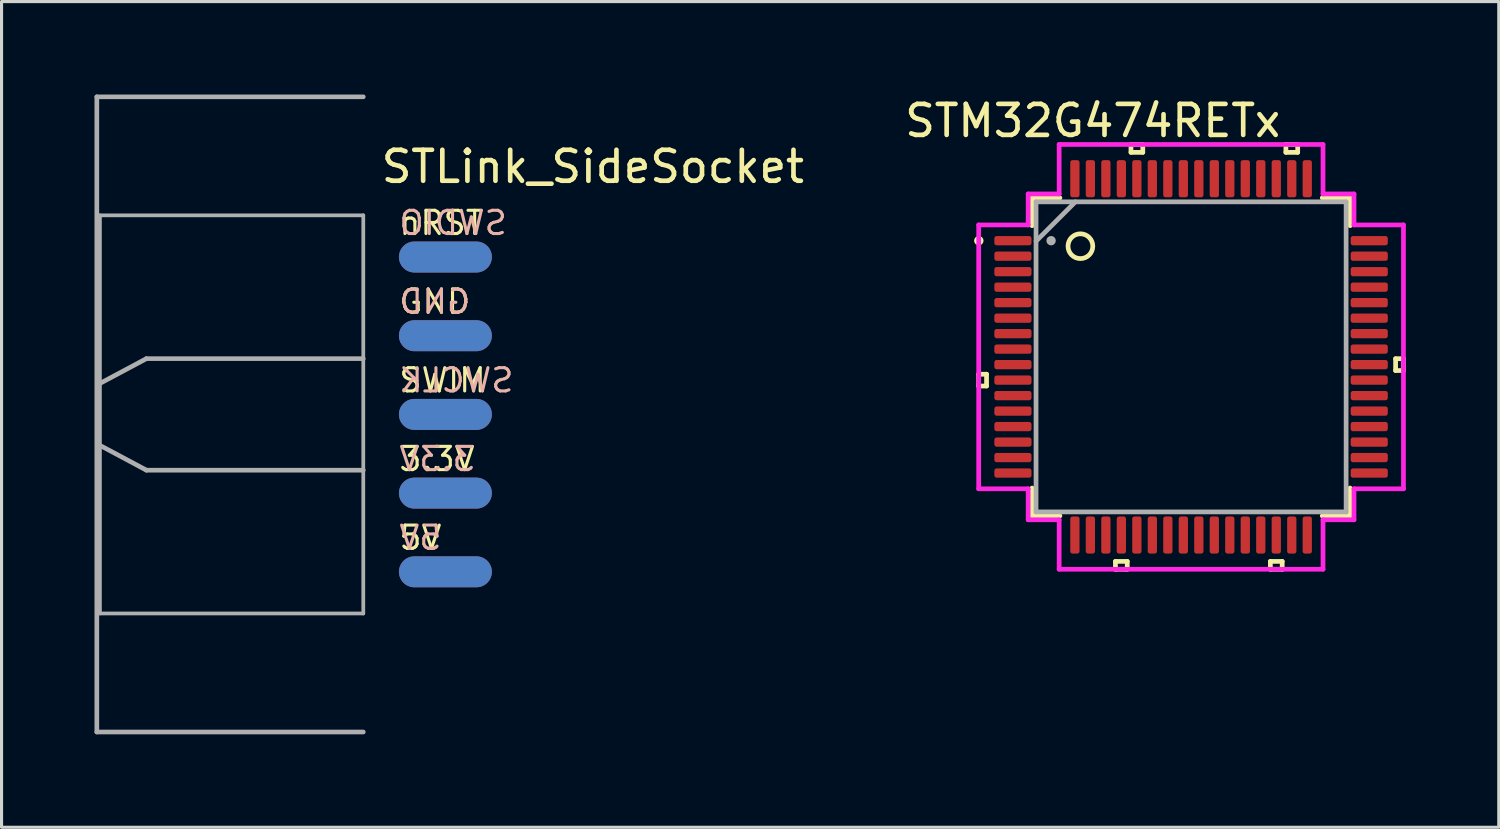
<source format=kicad_pcb>
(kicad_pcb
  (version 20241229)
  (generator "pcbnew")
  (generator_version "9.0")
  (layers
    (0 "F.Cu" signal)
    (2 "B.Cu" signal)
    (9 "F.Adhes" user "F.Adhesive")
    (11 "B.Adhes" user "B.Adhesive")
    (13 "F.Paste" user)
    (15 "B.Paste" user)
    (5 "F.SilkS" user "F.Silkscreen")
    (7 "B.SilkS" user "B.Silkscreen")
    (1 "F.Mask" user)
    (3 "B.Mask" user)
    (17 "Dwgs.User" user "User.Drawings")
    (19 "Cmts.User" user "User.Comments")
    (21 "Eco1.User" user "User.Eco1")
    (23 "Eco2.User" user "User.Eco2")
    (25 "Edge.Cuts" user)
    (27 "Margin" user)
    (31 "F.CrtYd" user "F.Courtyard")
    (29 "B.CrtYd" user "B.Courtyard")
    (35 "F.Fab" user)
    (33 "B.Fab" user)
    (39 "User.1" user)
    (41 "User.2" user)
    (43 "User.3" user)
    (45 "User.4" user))
  (footprint "STM32G474RETx"
    (layer "F.Cu")
    (at 35.392 8.468)
    (property "Reference" "STM32G474RETx" (at -3.175 -7.62 0) (layer "F.SilkS") (effects (font (size 1 1) (thickness 0.15))))
    (attr through_hole)
    (fp_line (start -6.855 0.56) (end -6.855 0.941) (stroke (width 0.152) (type solid)) (layer "F.SilkS"))
    (fp_line (start -6.855 0.941) (end -6.601 0.941) (stroke (width 0.152) (type solid)) (layer "F.SilkS"))
    (fp_line (start -6.601 0.56) (end -6.855 0.56) (stroke (width 0.152) (type solid)) (layer "F.SilkS"))
    (fp_line (start -6.601 0.941) (end -6.601 0.56) (stroke (width 0.152) (type solid)) (layer "F.SilkS"))
    (fp_line (start -5.131 -5.131) (end -5.131 -4.234) (stroke (width 0.152) (type solid)) (layer "F.SilkS"))
    (fp_line (start -5.131 4.234) (end -5.131 5.131) (stroke (width 0.152) (type solid)) (layer "F.SilkS"))
    (fp_line (start -5.131 5.131) (end -4.234 5.131) (stroke (width 0.152) (type solid)) (layer "F.SilkS"))
    (fp_line (start -4.234 -5.131) (end -5.131 -5.131) (stroke (width 0.152) (type solid)) (layer "F.SilkS"))
    (fp_line (start -2.441 6.601) (end -2.441 6.855) (stroke (width 0.152) (type solid)) (layer "F.SilkS"))
    (fp_line (start -2.441 6.855) (end -2.06 6.855) (stroke (width 0.152) (type solid)) (layer "F.SilkS"))
    (fp_line (start -2.06 6.601) (end -2.441 6.601) (stroke (width 0.152) (type solid)) (layer "F.SilkS"))
    (fp_line (start -2.06 6.855) (end -2.06 6.601) (stroke (width 0.152) (type solid)) (layer "F.SilkS"))
    (fp_line (start -1.94 -6.855) (end -1.559 -6.855) (stroke (width 0.152) (type solid)) (layer "F.SilkS"))
    (fp_line (start -1.94 -6.601) (end -1.94 -6.855) (stroke (width 0.152) (type solid)) (layer "F.SilkS"))
    (fp_line (start -1.559 -6.855) (end -1.559 -6.601) (stroke (width 0.152) (type solid)) (layer "F.SilkS"))
    (fp_line (start -1.559 -6.601) (end -1.94 -6.601) (stroke (width 0.152) (type solid)) (layer "F.SilkS"))
    (fp_line (start 2.559 6.601) (end 2.559 6.855) (stroke (width 0.152) (type solid)) (layer "F.SilkS"))
    (fp_line (start 2.559 6.855) (end 2.941 6.855) (stroke (width 0.152) (type solid)) (layer "F.SilkS"))
    (fp_line (start 2.941 6.601) (end 2.559 6.601) (stroke (width 0.152) (type solid)) (layer "F.SilkS"))
    (fp_line (start 2.941 6.855) (end 2.941 6.601) (stroke (width 0.152) (type solid)) (layer "F.SilkS"))
    (fp_line (start 3.06 -6.855) (end 3.441 -6.855) (stroke (width 0.152) (type solid)) (layer "F.SilkS"))
    (fp_line (start 3.06 -6.601) (end 3.06 -6.855) (stroke (width 0.152) (type solid)) (layer "F.SilkS"))
    (fp_line (start 3.441 -6.855) (end 3.441 -6.601) (stroke (width 0.152) (type solid)) (layer "F.SilkS"))
    (fp_line (start 3.441 -6.601) (end 3.06 -6.601) (stroke (width 0.152) (type solid)) (layer "F.SilkS"))
    (fp_line (start 4.234 5.131) (end 5.131 5.131) (stroke (width 0.152) (type solid)) (layer "F.SilkS"))
    (fp_line (start 5.131 -5.131) (end 4.234 -5.131) (stroke (width 0.152) (type solid)) (layer "F.SilkS"))
    (fp_line (start 5.131 -4.234) (end 5.131 -5.131) (stroke (width 0.152) (type solid)) (layer "F.SilkS"))
    (fp_line (start 5.131 5.131) (end 5.131 4.234) (stroke (width 0.152) (type solid)) (layer "F.SilkS"))
    (fp_line (start 6.601 0.059) (end 6.855 0.059) (stroke (width 0.152) (type solid)) (layer "F.SilkS"))
    (fp_line (start 6.601 0.441) (end 6.601 0.059) (stroke (width 0.152) (type solid)) (layer "F.SilkS"))
    (fp_line (start 6.855 0.059) (end 6.855 0.441) (stroke (width 0.152) (type solid)) (layer "F.SilkS"))
    (fp_line (start 6.855 0.441) (end 6.601 0.441) (stroke (width 0.152) (type solid)) (layer "F.SilkS"))
    (fp_circle (center -6.851 -3.75) (end -6.775 -3.75) (stroke (width 0.152) (type solid)) (fill no) (layer "F.SilkS"))
    (fp_circle (center -3.572 -3.572) (end -3.172 -3.572) (stroke (width 0.152) (type solid)) (fill no) (layer "F.SilkS"))
    (fp_line (start -6.855 -4.258) (end -5.258 -4.258) (stroke (width 0.152) (type solid)) (layer "F.CrtYd"))
    (fp_line (start -6.855 4.258) (end -6.855 -4.258) (stroke (width 0.152) (type solid)) (layer "F.CrtYd"))
    (fp_line (start -5.258 -5.258) (end -4.258 -5.258) (stroke (width 0.152) (type solid)) (layer "F.CrtYd"))
    (fp_line (start -5.258 -4.258) (end -5.258 -5.258) (stroke (width 0.152) (type solid)) (layer "F.CrtYd"))
    (fp_line (start -5.258 4.258) (end -6.855 4.258) (stroke (width 0.152) (type solid)) (layer "F.CrtYd"))
    (fp_line (start -5.258 5.258) (end -5.258 4.258) (stroke (width 0.152) (type solid)) (layer "F.CrtYd"))
    (fp_line (start -4.258 -6.855) (end 4.258 -6.855) (stroke (width 0.152) (type solid)) (layer "F.CrtYd"))
    (fp_line (start -4.258 -5.258) (end -4.258 -6.855) (stroke (width 0.152) (type solid)) (layer "F.CrtYd"))
    (fp_line (start -4.258 5.258) (end -5.258 5.258) (stroke (width 0.152) (type solid)) (layer "F.CrtYd"))
    (fp_line (start -4.258 6.855) (end -4.258 5.258) (stroke (width 0.152) (type solid)) (layer "F.CrtYd"))
    (fp_line (start 4.258 -6.855) (end 4.258 -5.258) (stroke (width 0.152) (type solid)) (layer "F.CrtYd"))
    (fp_line (start 4.258 -5.258) (end 5.258 -5.258) (stroke (width 0.152) (type solid)) (layer "F.CrtYd"))
    (fp_line (start 4.258 5.258) (end 4.258 6.855) (stroke (width 0.152) (type solid)) (layer "F.CrtYd"))
    (fp_line (start 4.258 6.855) (end -4.258 6.855) (stroke (width 0.152) (type solid)) (layer "F.CrtYd"))
    (fp_line (start 5.258 -5.258) (end 5.258 -4.258) (stroke (width 0.152) (type solid)) (layer "F.CrtYd"))
    (fp_line (start 5.258 -4.258) (end 6.855 -4.258) (stroke (width 0.152) (type solid)) (layer "F.CrtYd"))
    (fp_line (start 5.258 4.258) (end 5.258 5.258) (stroke (width 0.152) (type solid)) (layer "F.CrtYd"))
    (fp_line (start 5.258 5.258) (end 4.258 5.258) (stroke (width 0.152) (type solid)) (layer "F.CrtYd"))
    (fp_line (start 6.855 -4.258) (end 6.855 4.258) (stroke (width 0.152) (type solid)) (layer "F.CrtYd"))
    (fp_line (start 6.855 4.258) (end 5.258 4.258) (stroke (width 0.152) (type solid)) (layer "F.CrtYd"))
    (fp_line (start -5.004 -5.004) (end -5.004 5.004) (stroke (width 0.152) (type solid)) (layer "F.Fab"))
    (fp_line (start -5.004 -3.734) (end -3.734 -5.004) (stroke (width 0.152) (type solid)) (layer "F.Fab"))
    (fp_line (start -5.004 5.004) (end 5.004 5.004) (stroke (width 0.152) (type solid)) (layer "F.Fab"))
    (fp_line (start 5.004 -5.004) (end -5.004 -5.004) (stroke (width 0.152) (type solid)) (layer "F.Fab"))
    (fp_line (start 5.004 5.004) (end 5.004 -5.004) (stroke (width 0.152) (type solid)) (layer "F.Fab"))
    (fp_circle (center -4.518 -3.75) (end -4.442 -3.75) (stroke (width 0.152) (type solid)) (fill no) (layer "F.Fab"))
    (pad "1" smd roundrect (at -5.75 -3.75) (size 1.199 0.299) (layers "F.Cu" "F.Mask" "F.Paste") (roundrect_rratio 0.25))
    (pad "2" smd roundrect (at -5.75 -3.25) (size 1.199 0.299) (layers "F.Cu" "F.Mask" "F.Paste") (roundrect_rratio 0.25))
    (pad "3" smd roundrect (at -5.75 -2.75) (size 1.199 0.299) (layers "F.Cu" "F.Mask" "F.Paste") (roundrect_rratio 0.25))
    (pad "4" smd roundrect (at -5.75 -2.25) (size 1.199 0.299) (layers "F.Cu" "F.Mask" "F.Paste") (roundrect_rratio 0.25))
    (pad "5" smd roundrect (at -5.75 -1.75) (size 1.199 0.299) (layers "F.Cu" "F.Mask" "F.Paste") (roundrect_rratio 0.25))
    (pad "6" smd roundrect (at -5.75 -1.25) (size 1.199 0.299) (layers "F.Cu" "F.Mask" "F.Paste") (roundrect_rratio 0.25))
    (pad "7" smd roundrect (at -5.75 -0.75) (size 1.199 0.299) (layers "F.Cu" "F.Mask" "F.Paste") (roundrect_rratio 0.25))
    (pad "8" smd roundrect (at -5.75 -0.25) (size 1.199 0.299) (layers "F.Cu" "F.Mask" "F.Paste") (roundrect_rratio 0.25))
    (pad "9" smd roundrect (at -5.75 0.25) (size 1.199 0.299) (layers "F.Cu" "F.Mask" "F.Paste") (roundrect_rratio 0.25))
    (pad "10" smd roundrect (at -5.75 0.75) (size 1.199 0.299) (layers "F.Cu" "F.Mask" "F.Paste") (roundrect_rratio 0.25))
    (pad "11" smd roundrect (at -5.75 1.25) (size 1.199 0.299) (layers "F.Cu" "F.Mask" "F.Paste") (roundrect_rratio 0.25))
    (pad "12" smd roundrect (at -5.75 1.75) (size 1.199 0.299) (layers "F.Cu" "F.Mask" "F.Paste") (roundrect_rratio 0.25))
    (pad "13" smd roundrect (at -5.75 2.25) (size 1.199 0.299) (layers "F.Cu" "F.Mask" "F.Paste") (roundrect_rratio 0.25))
    (pad "14" smd roundrect (at -5.75 2.75) (size 1.199 0.299) (layers "F.Cu" "F.Mask" "F.Paste") (roundrect_rratio 0.25))
    (pad "15" smd roundrect (at -5.75 3.25) (size 1.199 0.299) (layers "F.Cu" "F.Mask" "F.Paste") (roundrect_rratio 0.25))
    (pad "16" smd roundrect (at -5.75 3.75) (size 1.199 0.299) (layers "F.Cu" "F.Mask" "F.Paste") (roundrect_rratio 0.25))
    (pad "17" smd roundrect (at -3.75 5.75 90) (size 1.199 0.299) (layers "F.Cu" "F.Mask" "F.Paste") (roundrect_rratio 0.25))
    (pad "18" smd roundrect (at -3.25 5.75 90) (size 1.199 0.299) (layers "F.Cu" "F.Mask" "F.Paste") (roundrect_rratio 0.25))
    (pad "19" smd roundrect (at -2.75 5.75 90) (size 1.199 0.299) (layers "F.Cu" "F.Mask" "F.Paste") (roundrect_rratio 0.25))
    (pad "20" smd roundrect (at -2.25 5.75 90) (size 1.199 0.299) (layers "F.Cu" "F.Mask" "F.Paste") (roundrect_rratio 0.25))
    (pad "21" smd roundrect (at -1.75 5.75 90) (size 1.199 0.299) (layers "F.Cu" "F.Mask" "F.Paste") (roundrect_rratio 0.25))
    (pad "22" smd roundrect (at -1.25 5.75 90) (size 1.199 0.299) (layers "F.Cu" "F.Mask" "F.Paste") (roundrect_rratio 0.25))
    (pad "23" smd roundrect (at -0.75 5.75 90) (size 1.199 0.299) (layers "F.Cu" "F.Mask" "F.Paste") (roundrect_rratio 0.25))
    (pad "24" smd roundrect (at -0.25 5.75 90) (size 1.199 0.299) (layers "F.Cu" "F.Mask" "F.Paste") (roundrect_rratio 0.25))
    (pad "25" smd roundrect (at 0.25 5.75 90) (size 1.199 0.299) (layers "F.Cu" "F.Mask" "F.Paste") (roundrect_rratio 0.25))
    (pad "26" smd roundrect (at 0.75 5.75 90) (size 1.199 0.299) (layers "F.Cu" "F.Mask" "F.Paste") (roundrect_rratio 0.25))
    (pad "27" smd roundrect (at 1.25 5.75 90) (size 1.199 0.299) (layers "F.Cu" "F.Mask" "F.Paste") (roundrect_rratio 0.25))
    (pad "28" smd roundrect (at 1.75 5.75 90) (size 1.199 0.299) (layers "F.Cu" "F.Mask" "F.Paste") (roundrect_rratio 0.25))
    (pad "29" smd roundrect (at 2.25 5.75 90) (size 1.199 0.299) (layers "F.Cu" "F.Mask" "F.Paste") (roundrect_rratio 0.25))
    (pad "30" smd roundrect (at 2.75 5.75 90) (size 1.199 0.299) (layers "F.Cu" "F.Mask" "F.Paste") (roundrect_rratio 0.25))
    (pad "31" smd roundrect (at 3.25 5.75 90) (size 1.199 0.299) (layers "F.Cu" "F.Mask" "F.Paste") (roundrect_rratio 0.25))
    (pad "32" smd roundrect (at 3.75 5.75 90) (size 1.199 0.299) (layers "F.Cu" "F.Mask" "F.Paste") (roundrect_rratio 0.25))
    (pad "33" smd roundrect (at 5.75 3.75) (size 1.199 0.299) (layers "F.Cu" "F.Mask" "F.Paste") (roundrect_rratio 0.25))
    (pad "34" smd roundrect (at 5.75 3.25) (size 1.199 0.299) (layers "F.Cu" "F.Mask" "F.Paste") (roundrect_rratio 0.25))
    (pad "35" smd roundrect (at 5.75 2.75) (size 1.199 0.299) (layers "F.Cu" "F.Mask" "F.Paste") (roundrect_rratio 0.25))
    (pad "36" smd roundrect (at 5.75 2.25) (size 1.199 0.299) (layers "F.Cu" "F.Mask" "F.Paste") (roundrect_rratio 0.25))
    (pad "37" smd roundrect (at 5.75 1.75) (size 1.199 0.299) (layers "F.Cu" "F.Mask" "F.Paste") (roundrect_rratio 0.25))
    (pad "38" smd roundrect (at 5.75 1.25) (size 1.199 0.299) (layers "F.Cu" "F.Mask" "F.Paste") (roundrect_rratio 0.25))
    (pad "39" smd roundrect (at 5.75 0.75) (size 1.199 0.299) (layers "F.Cu" "F.Mask" "F.Paste") (roundrect_rratio 0.25))
    (pad "40" smd roundrect (at 5.75 0.25) (size 1.199 0.299) (layers "F.Cu" "F.Mask" "F.Paste") (roundrect_rratio 0.25))
    (pad "41" smd roundrect (at 5.75 -0.25) (size 1.199 0.299) (layers "F.Cu" "F.Mask" "F.Paste") (roundrect_rratio 0.25))
    (pad "42" smd roundrect (at 5.75 -0.75) (size 1.199 0.299) (layers "F.Cu" "F.Mask" "F.Paste") (roundrect_rratio 0.25))
    (pad "43" smd roundrect (at 5.75 -1.25) (size 1.199 0.299) (layers "F.Cu" "F.Mask" "F.Paste") (roundrect_rratio 0.25))
    (pad "44" smd roundrect (at 5.75 -1.75) (size 1.199 0.299) (layers "F.Cu" "F.Mask" "F.Paste") (roundrect_rratio 0.25))
    (pad "45" smd roundrect (at 5.75 -2.25) (size 1.199 0.299) (layers "F.Cu" "F.Mask" "F.Paste") (roundrect_rratio 0.25))
    (pad "46" smd roundrect (at 5.75 -2.75) (size 1.199 0.299) (layers "F.Cu" "F.Mask" "F.Paste") (roundrect_rratio 0.25))
    (pad "47" smd roundrect (at 5.75 -3.25) (size 1.199 0.299) (layers "F.Cu" "F.Mask" "F.Paste") (roundrect_rratio 0.25))
    (pad "48" smd roundrect (at 5.75 -3.75) (size 1.199 0.299) (layers "F.Cu" "F.Mask" "F.Paste") (roundrect_rratio 0.25))
    (pad "49" smd roundrect (at 3.75 -5.75 90) (size 1.199 0.299) (layers "F.Cu" "F.Mask" "F.Paste") (roundrect_rratio 0.25))
    (pad "50" smd roundrect (at 3.25 -5.75 90) (size 1.199 0.299) (layers "F.Cu" "F.Mask" "F.Paste") (roundrect_rratio 0.25))
    (pad "51" smd roundrect (at 2.75 -5.75 90) (size 1.199 0.299) (layers "F.Cu" "F.Mask" "F.Paste") (roundrect_rratio 0.25))
    (pad "52" smd roundrect (at 2.25 -5.75 90) (size 1.199 0.299) (layers "F.Cu" "F.Mask" "F.Paste") (roundrect_rratio 0.25))
    (pad "53" smd roundrect (at 1.75 -5.75 90) (size 1.199 0.299) (layers "F.Cu" "F.Mask" "F.Paste") (roundrect_rratio 0.25))
    (pad "54" smd roundrect (at 1.25 -5.75 90) (size 1.199 0.299) (layers "F.Cu" "F.Mask" "F.Paste") (roundrect_rratio 0.25))
    (pad "55" smd roundrect (at 0.75 -5.75 90) (size 1.199 0.299) (layers "F.Cu" "F.Mask" "F.Paste") (roundrect_rratio 0.25))
    (pad "56" smd roundrect (at 0.25 -5.75 90) (size 1.199 0.299) (layers "F.Cu" "F.Mask" "F.Paste") (roundrect_rratio 0.25))
    (pad "57" smd roundrect (at -0.25 -5.75 90) (size 1.199 0.299) (layers "F.Cu" "F.Mask" "F.Paste") (roundrect_rratio 0.25))
    (pad "58" smd roundrect (at -0.75 -5.75 90) (size 1.199 0.299) (layers "F.Cu" "F.Mask" "F.Paste") (roundrect_rratio 0.25))
    (pad "59" smd roundrect (at -1.25 -5.75 90) (size 1.199 0.299) (layers "F.Cu" "F.Mask" "F.Paste") (roundrect_rratio 0.25))
    (pad "60" smd roundrect (at -1.75 -5.75 90) (size 1.199 0.299) (layers "F.Cu" "F.Mask" "F.Paste") (roundrect_rratio 0.25))
    (pad "61" smd roundrect (at -2.25 -5.75 90) (size 1.199 0.299) (layers "F.Cu" "F.Mask" "F.Paste") (roundrect_rratio 0.25))
    (pad "62" smd roundrect (at -2.75 -5.75 90) (size 1.199 0.299) (layers "F.Cu" "F.Mask" "F.Paste") (roundrect_rratio 0.25))
    (pad "63" smd roundrect (at -3.25 -5.75 90) (size 1.199 0.299) (layers "F.Cu" "F.Mask" "F.Paste") (roundrect_rratio 0.25))
    (pad "64" smd roundrect (at -3.75 -5.75 90) (size 1.199 0.299) (layers "F.Cu" "F.Mask" "F.Paste") (roundrect_rratio 0.25)))
  (footprint "STLink_SideSocket"
    (layer "F.Cu")
    (at 8.675 10.325)
    (property "Reference" "STLink_SideSocket" (at 0.5 -7.996 180) (layer "F.SilkS") (effects (font (size 1 1) (thickness 0.15)) (justify left)))
    (attr exclude_from_pos_files exclude_from_bom)
    (fp_line (start -8.6 -10.25) (end -8.6 10.25) (stroke (width 0.15) (type solid)) (layer "F.Fab"))
    (fp_line (start -8.5 -6.425) (end 0 -6.425) (stroke (width 0.12) (type solid)) (layer "F.Fab"))
    (fp_line (start -8.5 -1) (end -7 -1.8) (stroke (width 0.15) (type solid)) (layer "F.Fab"))
    (fp_line (start -8.5 6.425) (end -8.5 -6.425) (stroke (width 0.12) (type solid)) (layer "F.Fab"))
    (fp_line (start -8.5 6.425) (end 0 6.425) (stroke (width 0.12) (type solid)) (layer "F.Fab"))
    (fp_line (start -7 -1.8) (end 0 -1.8) (stroke (width 0.15) (type solid)) (layer "F.Fab"))
    (fp_line (start -7 1.8) (end -8.5 1) (stroke (width 0.15) (type solid)) (layer "F.Fab"))
    (fp_line (start -7 1.8) (end 0 1.8) (stroke (width 0.15) (type solid)) (layer "F.Fab"))
    (fp_line (start 0 -10.25) (end -8.6 -10.25) (stroke (width 0.15) (type solid)) (layer "F.Fab"))
    (fp_line (start 0 6.425) (end 0 -6.425) (stroke (width 0.12) (type solid)) (layer "F.Fab"))
    (fp_line (start 0 10.25) (end -8.6 10.25) (stroke (width 0.15) (type solid)) (layer "F.Fab"))
    (fp_text user "5V" (at 1.1 3.98 180) (layer "F.SilkS") (effects (font (size 0.75 0.75) (thickness 0.1)) (justify left)))
    (fp_text user "3.3V" (at 1.1 1.44 180) (layer "F.SilkS") (effects (font (size 0.75 0.75) (thickness 0.1)) (justify left)))
    (fp_text user "GND" (at 1.1 -3.64 180) (layer "F.SilkS") (effects (font (size 0.75 0.75) (thickness 0.1)) (justify left)))
    (fp_text user "SWIM" (at 1.1 -1.1 180) (layer "F.SilkS") (effects (font (size 0.75 0.75) (thickness 0.1)) (justify left)))
    (fp_text user "nRST" (at 1.1 -6.18 180) (layer "F.SilkS") (effects (font (size 0.75 0.75) (thickness 0.1)) (justify left)))
    (fp_text user "5V" (at 1.1 3.98 180) (layer "B.SilkS") (effects (font (size 0.75 0.75) (thickness 0.1)) (justify right mirror)))
    (fp_text user "SWCLK" (at 1.1 -1.1 180) (layer "B.SilkS") (effects (font (size 0.75 0.75) (thickness 0.1)) (justify right mirror)))
    (fp_text user "GND" (at 1.1 -3.64 180) (layer "B.SilkS") (effects (font (size 0.75 0.75) (thickness 0.1)) (justify right mirror)))
    (fp_text user "SWDIO" (at 1.1 -6.18 180) (layer "B.SilkS") (effects (font (size 0.75 0.75) (thickness 0.1)) (justify right mirror)))
    (fp_text user "3.3V" (at 1.1 1.44 180) (layer "B.SilkS") (effects (font (size 0.75 0.75) (thickness 0.1)) (justify right mirror)))
    (pad "1" smd oval (at 2.65 -5.08 90) (size 1 3) (layers "F.Cu" "F.Mask" "F.Paste"))
    (pad "2" smd oval (at 2.65 -5.08 90) (size 1 3) (layers "B.Cu" "B.Mask" "B.Paste"))
    (pad "3" smd oval (at 2.65 -2.54 90) (size 1 3) (layers "F.Cu" "F.Mask" "F.Paste"))
    (pad "4" smd oval (at 2.65 -2.54 90) (size 1 3) (layers "B.Cu" "B.Mask" "B.Paste"))
    (pad "5" smd oval (at 2.65 0 90) (size 1 3) (layers "F.Cu" "F.Mask" "F.Paste"))
    (pad "6" smd oval (at 2.65 0 90) (size 1 3) (layers "B.Cu" "B.Mask" "B.Paste"))
    (pad "7" smd oval (at 2.65 2.54 90) (size 1 3) (layers "F.Cu" "F.Mask" "F.Paste"))
    (pad "8" smd oval (at 2.65 2.54 90) (size 1 3) (layers "B.Cu" "B.Mask" "B.Paste"))
    (pad "9" smd oval (at 2.65 5.08 90) (size 1 3) (layers "F.Cu" "F.Mask" "F.Paste"))
    (pad "10" smd oval (at 2.65 5.08 90) (size 1 3) (layers "B.Cu" "B.Mask" "B.Paste")))
  (gr_rect
    (start -3 -3)
    (end 45.323 23.65)
    (stroke (width 0.1) (type default))
    (fill no)
    (layer "Edge.Cuts")))
</source>
